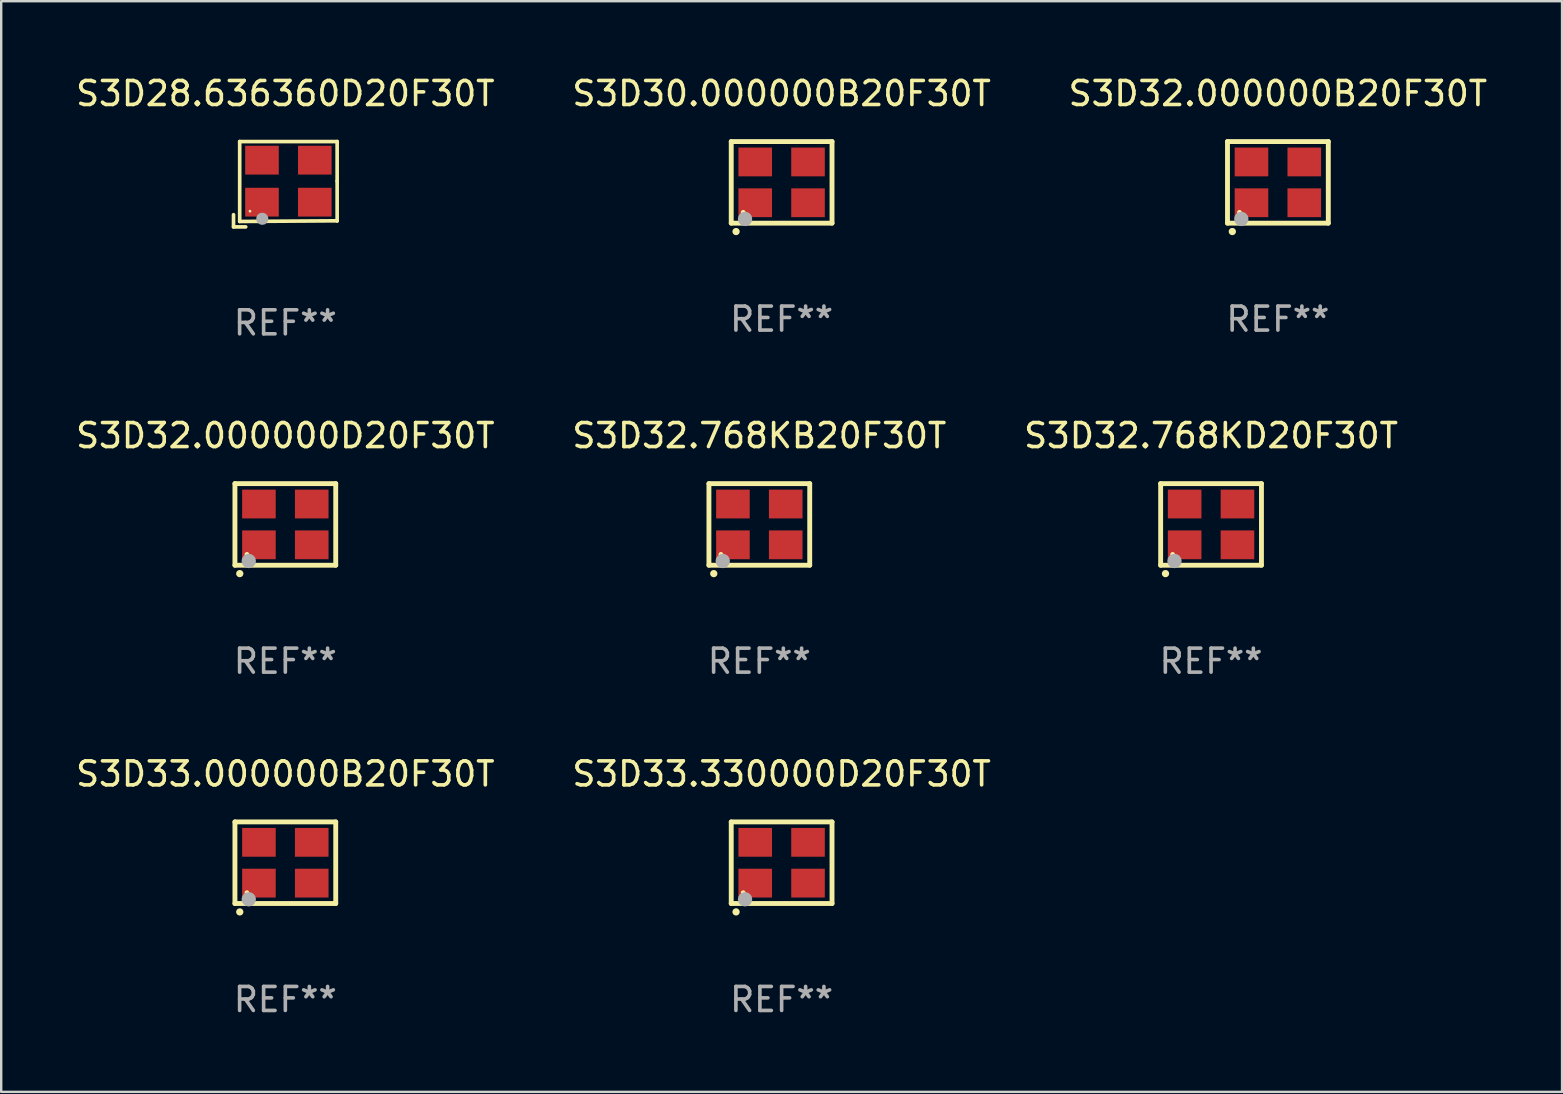
<source format=kicad_pcb>
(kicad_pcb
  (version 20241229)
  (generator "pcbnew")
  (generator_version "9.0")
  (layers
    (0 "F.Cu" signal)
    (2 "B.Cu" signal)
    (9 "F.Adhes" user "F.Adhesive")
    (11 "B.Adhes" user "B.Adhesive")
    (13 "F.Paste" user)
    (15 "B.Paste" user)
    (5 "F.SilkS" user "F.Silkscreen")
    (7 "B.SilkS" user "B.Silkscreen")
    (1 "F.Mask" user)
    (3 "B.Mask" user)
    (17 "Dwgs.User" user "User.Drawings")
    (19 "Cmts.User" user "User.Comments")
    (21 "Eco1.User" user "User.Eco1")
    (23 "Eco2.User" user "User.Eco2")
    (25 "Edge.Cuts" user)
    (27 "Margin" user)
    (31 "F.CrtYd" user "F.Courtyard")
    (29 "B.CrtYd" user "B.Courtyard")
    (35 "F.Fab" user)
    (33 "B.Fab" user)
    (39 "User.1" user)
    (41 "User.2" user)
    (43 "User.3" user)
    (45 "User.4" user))
  (footprint "S3D28.636360D20F30T"
    (layer "F.Cu")
    (at 8.839 4.626)
    (property "Reference" "S3D28.636360D20F30T" (at 0 -3.778 0) (layer "F.SilkS") (effects (font (size 1 1) (thickness 0.15))))
    (attr through_hole)
    (fp_line (start -2.159 1.27) (end -2.159 1.778) (stroke (width 0.152) (type solid)) (layer "F.SilkS"))
    (fp_line (start -2.159 1.778) (end -1.651 1.778) (stroke (width 0.152) (type solid)) (layer "F.SilkS"))
    (fp_line (start -1.902 -1.778) (end 2.159 -1.778) (stroke (width 0.152) (type solid)) (layer "F.SilkS"))
    (fp_line (start -1.902 1.552) (end -1.902 -1.778) (stroke (width 0.152) (type solid)) (layer "F.SilkS"))
    (fp_line (start 2.159 -1.778) (end 2.159 -0.127) (stroke (width 0.152) (type solid)) (layer "F.SilkS"))
    (fp_line (start 2.159 -0.127) (end 2.159 1.524) (stroke (width 0.152) (type solid)) (layer "F.SilkS"))
    (fp_line (start 2.159 1.524) (end -1.902 1.552) (stroke (width 0.152) (type solid)) (layer "F.SilkS"))
    (fp_line (start 2.159 1.524) (end 2.159 1.524) (stroke (width 0.152) (type solid)) (layer "F.SilkS"))
    (fp_circle (center -1.473 1.123) (end -1.443 1.123) (stroke (width 0.06) (type solid)) (fill no) (layer "F.SilkS"))
    (fp_circle (center -0.961 1.44) (end -0.834 1.44) (stroke (width 0.254) (type solid)) (fill no) (layer "F.Fab"))
    (fp_text user "REF**" (at 0 5.778 0) (layer "F.Fab") (effects (font (size 1 1) (thickness 0.15))))
    (pad "1" smd rect (at -0.973 0.748) (size 1.4 1.2) (layers "F.Cu" "F.Mask" "F.Paste"))
    (pad "2" smd rect (at 1.227 0.748) (size 1.4 1.2) (layers "F.Cu" "F.Mask" "F.Paste"))
    (pad "3" smd rect (at 1.227 -1.002) (size 1.4 1.2) (layers "F.Cu" "F.Mask" "F.Paste"))
    (pad "4" smd rect (at -0.973 -1.002) (size 1.4 1.2) (layers "F.Cu" "F.Mask" "F.Paste")))
  (footprint "S3D32.000000D20F30T"
    (layer "F.Cu")
    (at 8.839 18.801)
    (property "Reference" "S3D32.000000D20F30T" (at 0 -3.7 0) (layer "F.SilkS") (effects (font (size 1 1) (thickness 0.15))))
    (attr through_hole)
    (fp_line (start -2.1 -1.7) (end -2.1 1.7) (stroke (width 0.203) (type solid)) (layer "F.SilkS"))
    (fp_line (start -2.1 1.7) (end 2.1 1.7) (stroke (width 0.203) (type solid)) (layer "F.SilkS"))
    (fp_line (start 2.1 -1.7) (end -2.1 -1.7) (stroke (width 0.203) (type solid)) (layer "F.SilkS"))
    (fp_line (start 2.1 1.7) (end 2.1 -1.7) (stroke (width 0.203) (type solid)) (layer "F.SilkS"))
    (fp_arc (start -1.899924 2.049784) (mid -1.898654 2.049779) (end -1.897384 2.049784) (stroke (width 0.3) (type solid)) (layer "F.SilkS"))
    (fp_circle (center -1.6 1.25) (end -1.55 1.25) (stroke (width 0.1) (type solid)) (fill no) (layer "F.SilkS"))
    (fp_circle (center -1.524 1.524) (end -1.374 1.524) (stroke (width 0.3) (type solid)) (fill no) (layer "F.Fab"))
    (fp_text user "REF**" (at 0 5.7 0) (layer "F.Fab") (effects (font (size 1 1) (thickness 0.15))))
    (pad "1" smd rect (at -1.1 0.85) (size 1.4 1.2) (layers "F.Cu" "F.Mask" "F.Paste"))
    (pad "2" smd rect (at 1.1 0.85) (size 1.4 1.2) (layers "F.Cu" "F.Mask" "F.Paste"))
    (pad "3" smd rect (at 1.1 -0.85) (size 1.4 1.2) (layers "F.Cu" "F.Mask" "F.Paste"))
    (pad "4" smd rect (at -1.1 -0.85) (size 1.4 1.2) (layers "F.Cu" "F.Mask" "F.Paste")))
  (footprint "S3D32.768KB20F30T"
    (layer "F.Cu")
    (at 28.589 18.801)
    (property "Reference" "S3D32.768KB20F30T" (at 0 -3.7 0) (layer "F.SilkS") (effects (font (size 1 1) (thickness 0.15))))
    (attr through_hole)
    (fp_line (start -2.1 -1.7) (end -2.1 1.7) (stroke (width 0.203) (type solid)) (layer "F.SilkS"))
    (fp_line (start -2.1 1.7) (end 2.1 1.7) (stroke (width 0.203) (type solid)) (layer "F.SilkS"))
    (fp_line (start 2.1 -1.7) (end -2.1 -1.7) (stroke (width 0.203) (type solid)) (layer "F.SilkS"))
    (fp_line (start 2.1 1.7) (end 2.1 -1.7) (stroke (width 0.203) (type solid)) (layer "F.SilkS"))
    (fp_arc (start -1.899924 2.049784) (mid -1.898654 2.049779) (end -1.897384 2.049784) (stroke (width 0.3) (type solid)) (layer "F.SilkS"))
    (fp_circle (center -1.6 1.25) (end -1.55 1.25) (stroke (width 0.1) (type solid)) (fill no) (layer "F.SilkS"))
    (fp_circle (center -1.524 1.524) (end -1.374 1.524) (stroke (width 0.3) (type solid)) (fill no) (layer "F.Fab"))
    (fp_text user "REF**" (at 0 5.7 0) (layer "F.Fab") (effects (font (size 1 1) (thickness 0.15))))
    (pad "1" smd rect (at -1.1 0.85) (size 1.4 1.2) (layers "F.Cu" "F.Mask" "F.Paste"))
    (pad "2" smd rect (at 1.1 0.85) (size 1.4 1.2) (layers "F.Cu" "F.Mask" "F.Paste"))
    (pad "3" smd rect (at 1.1 -0.85) (size 1.4 1.2) (layers "F.Cu" "F.Mask" "F.Paste"))
    (pad "4" smd rect (at -1.1 -0.85) (size 1.4 1.2) (layers "F.Cu" "F.Mask" "F.Paste")))
  (footprint "S3D33.330000D20F30T"
    (layer "F.Cu")
    (at 29.518 32.897)
    (property "Reference" "S3D33.330000D20F30T" (at 0 -3.7 0) (layer "F.SilkS") (effects (font (size 1 1) (thickness 0.15))))
    (attr through_hole)
    (fp_line (start -2.1 -1.7) (end -2.1 1.7) (stroke (width 0.203) (type solid)) (layer "F.SilkS"))
    (fp_line (start -2.1 1.7) (end 2.1 1.7) (stroke (width 0.203) (type solid)) (layer "F.SilkS"))
    (fp_line (start 2.1 -1.7) (end -2.1 -1.7) (stroke (width 0.203) (type solid)) (layer "F.SilkS"))
    (fp_line (start 2.1 1.7) (end 2.1 -1.7) (stroke (width 0.203) (type solid)) (layer "F.SilkS"))
    (fp_arc (start -1.899924 2.049784) (mid -1.898654 2.049779) (end -1.897384 2.049784) (stroke (width 0.3) (type solid)) (layer "F.SilkS"))
    (fp_circle (center -1.6 1.25) (end -1.55 1.25) (stroke (width 0.1) (type solid)) (fill no) (layer "F.SilkS"))
    (fp_circle (center -1.524 1.524) (end -1.374 1.524) (stroke (width 0.3) (type solid)) (fill no) (layer "F.Fab"))
    (fp_text user "REF**" (at 0 5.7 0) (layer "F.Fab") (effects (font (size 1 1) (thickness 0.15))))
    (pad "1" smd rect (at -1.1 0.85) (size 1.4 1.2) (layers "F.Cu" "F.Mask" "F.Paste"))
    (pad "2" smd rect (at 1.1 0.85) (size 1.4 1.2) (layers "F.Cu" "F.Mask" "F.Paste"))
    (pad "3" smd rect (at 1.1 -0.85) (size 1.4 1.2) (layers "F.Cu" "F.Mask" "F.Paste"))
    (pad "4" smd rect (at -1.1 -0.85) (size 1.4 1.2) (layers "F.Cu" "F.Mask" "F.Paste")))
  (footprint "S3D32.768KD20F30T"
    (layer "F.Cu")
    (at 47.411 18.801)
    (property "Reference" "S3D32.768KD20F30T" (at 0 -3.7 0) (layer "F.SilkS") (effects (font (size 1 1) (thickness 0.15))))
    (attr through_hole)
    (fp_line (start -2.1 -1.7) (end -2.1 1.7) (stroke (width 0.203) (type solid)) (layer "F.SilkS"))
    (fp_line (start -2.1 1.7) (end 2.1 1.7) (stroke (width 0.203) (type solid)) (layer "F.SilkS"))
    (fp_line (start 2.1 -1.7) (end -2.1 -1.7) (stroke (width 0.203) (type solid)) (layer "F.SilkS"))
    (fp_line (start 2.1 1.7) (end 2.1 -1.7) (stroke (width 0.203) (type solid)) (layer "F.SilkS"))
    (fp_arc (start -1.899924 2.049784) (mid -1.898654 2.049779) (end -1.897384 2.049784) (stroke (width 0.3) (type solid)) (layer "F.SilkS"))
    (fp_circle (center -1.6 1.25) (end -1.55 1.25) (stroke (width 0.1) (type solid)) (fill no) (layer "F.SilkS"))
    (fp_circle (center -1.524 1.524) (end -1.374 1.524) (stroke (width 0.3) (type solid)) (fill no) (layer "F.Fab"))
    (fp_text user "REF**" (at 0 5.7 0) (layer "F.Fab") (effects (font (size 1 1) (thickness 0.15))))
    (pad "1" smd rect (at -1.1 0.85) (size 1.4 1.2) (layers "F.Cu" "F.Mask" "F.Paste"))
    (pad "2" smd rect (at 1.1 0.85) (size 1.4 1.2) (layers "F.Cu" "F.Mask" "F.Paste"))
    (pad "3" smd rect (at 1.1 -0.85) (size 1.4 1.2) (layers "F.Cu" "F.Mask" "F.Paste"))
    (pad "4" smd rect (at -1.1 -0.85) (size 1.4 1.2) (layers "F.Cu" "F.Mask" "F.Paste")))
  (footprint "S3D33.000000B20F30T"
    (layer "F.Cu")
    (at 8.839 32.897)
    (property "Reference" "S3D33.000000B20F30T" (at 0 -3.7 0) (layer "F.SilkS") (effects (font (size 1 1) (thickness 0.15))))
    (attr through_hole)
    (fp_line (start -2.1 -1.7) (end -2.1 1.7) (stroke (width 0.203) (type solid)) (layer "F.SilkS"))
    (fp_line (start -2.1 1.7) (end 2.1 1.7) (stroke (width 0.203) (type solid)) (layer "F.SilkS"))
    (fp_line (start 2.1 -1.7) (end -2.1 -1.7) (stroke (width 0.203) (type solid)) (layer "F.SilkS"))
    (fp_line (start 2.1 1.7) (end 2.1 -1.7) (stroke (width 0.203) (type solid)) (layer "F.SilkS"))
    (fp_arc (start -1.899924 2.049784) (mid -1.898654 2.049779) (end -1.897384 2.049784) (stroke (width 0.3) (type solid)) (layer "F.SilkS"))
    (fp_circle (center -1.6 1.25) (end -1.55 1.25) (stroke (width 0.1) (type solid)) (fill no) (layer "F.SilkS"))
    (fp_circle (center -1.524 1.524) (end -1.374 1.524) (stroke (width 0.3) (type solid)) (fill no) (layer "F.Fab"))
    (fp_text user "REF**" (at 0 5.7 0) (layer "F.Fab") (effects (font (size 1 1) (thickness 0.15))))
    (pad "1" smd rect (at -1.1 0.85) (size 1.4 1.2) (layers "F.Cu" "F.Mask" "F.Paste"))
    (pad "2" smd rect (at 1.1 0.85) (size 1.4 1.2) (layers "F.Cu" "F.Mask" "F.Paste"))
    (pad "3" smd rect (at 1.1 -0.85) (size 1.4 1.2) (layers "F.Cu" "F.Mask" "F.Paste"))
    (pad "4" smd rect (at -1.1 -0.85) (size 1.4 1.2) (layers "F.Cu" "F.Mask" "F.Paste")))
  (footprint "S3D30.000000B20F30T"
    (layer "F.Cu")
    (at 29.518 4.548)
    (property "Reference" "S3D30.000000B20F30T" (at 0 -3.7 0) (layer "F.SilkS") (effects (font (size 1 1) (thickness 0.15))))
    (attr through_hole)
    (fp_line (start -2.1 -1.7) (end -2.1 1.7) (stroke (width 0.203) (type solid)) (layer "F.SilkS"))
    (fp_line (start -2.1 1.7) (end 2.1 1.7) (stroke (width 0.203) (type solid)) (layer "F.SilkS"))
    (fp_line (start 2.1 -1.7) (end -2.1 -1.7) (stroke (width 0.203) (type solid)) (layer "F.SilkS"))
    (fp_line (start 2.1 1.7) (end 2.1 -1.7) (stroke (width 0.203) (type solid)) (layer "F.SilkS"))
    (fp_arc (start -1.899924 2.049784) (mid -1.898654 2.049779) (end -1.897384 2.049784) (stroke (width 0.3) (type solid)) (layer "F.SilkS"))
    (fp_circle (center -1.6 1.25) (end -1.55 1.25) (stroke (width 0.1) (type solid)) (fill no) (layer "F.SilkS"))
    (fp_circle (center -1.524 1.524) (end -1.374 1.524) (stroke (width 0.3) (type solid)) (fill no) (layer "F.Fab"))
    (fp_text user "REF**" (at 0 5.7 0) (layer "F.Fab") (effects (font (size 1 1) (thickness 0.15))))
    (pad "1" smd rect (at -1.1 0.85) (size 1.4 1.2) (layers "F.Cu" "F.Mask" "F.Paste"))
    (pad "2" smd rect (at 1.1 0.85) (size 1.4 1.2) (layers "F.Cu" "F.Mask" "F.Paste"))
    (pad "3" smd rect (at 1.1 -0.85) (size 1.4 1.2) (layers "F.Cu" "F.Mask" "F.Paste"))
    (pad "4" smd rect (at -1.1 -0.85) (size 1.4 1.2) (layers "F.Cu" "F.Mask" "F.Paste")))
  (footprint "S3D32.000000B20F30T"
    (layer "F.Cu")
    (at 50.196 4.548)
    (property "Reference" "S3D32.000000B20F30T" (at 0 -3.7 0) (layer "F.SilkS") (effects (font (size 1 1) (thickness 0.15))))
    (attr through_hole)
    (fp_line (start -2.1 -1.7) (end -2.1 1.7) (stroke (width 0.203) (type solid)) (layer "F.SilkS"))
    (fp_line (start -2.1 1.7) (end 2.1 1.7) (stroke (width 0.203) (type solid)) (layer "F.SilkS"))
    (fp_line (start 2.1 -1.7) (end -2.1 -1.7) (stroke (width 0.203) (type solid)) (layer "F.SilkS"))
    (fp_line (start 2.1 1.7) (end 2.1 -1.7) (stroke (width 0.203) (type solid)) (layer "F.SilkS"))
    (fp_arc (start -1.899924 2.049784) (mid -1.898654 2.049779) (end -1.897384 2.049784) (stroke (width 0.3) (type solid)) (layer "F.SilkS"))
    (fp_circle (center -1.6 1.25) (end -1.55 1.25) (stroke (width 0.1) (type solid)) (fill no) (layer "F.SilkS"))
    (fp_circle (center -1.524 1.524) (end -1.374 1.524) (stroke (width 0.3) (type solid)) (fill no) (layer "F.Fab"))
    (fp_text user "REF**" (at 0 5.7 0) (layer "F.Fab") (effects (font (size 1 1) (thickness 0.15))))
    (pad "1" smd rect (at -1.1 0.85) (size 1.4 1.2) (layers "F.Cu" "F.Mask" "F.Paste"))
    (pad "2" smd rect (at 1.1 0.85) (size 1.4 1.2) (layers "F.Cu" "F.Mask" "F.Paste"))
    (pad "3" smd rect (at 1.1 -0.85) (size 1.4 1.2) (layers "F.Cu" "F.Mask" "F.Paste"))
    (pad "4" smd rect (at -1.1 -0.85) (size 1.4 1.2) (layers "F.Cu" "F.Mask" "F.Paste")))
  (gr_rect
    (start -3 -3)
    (end 62.036 42.446)
    (stroke (width 0.1) (type default))
    (fill no)
    (layer "Edge.Cuts")))
</source>
